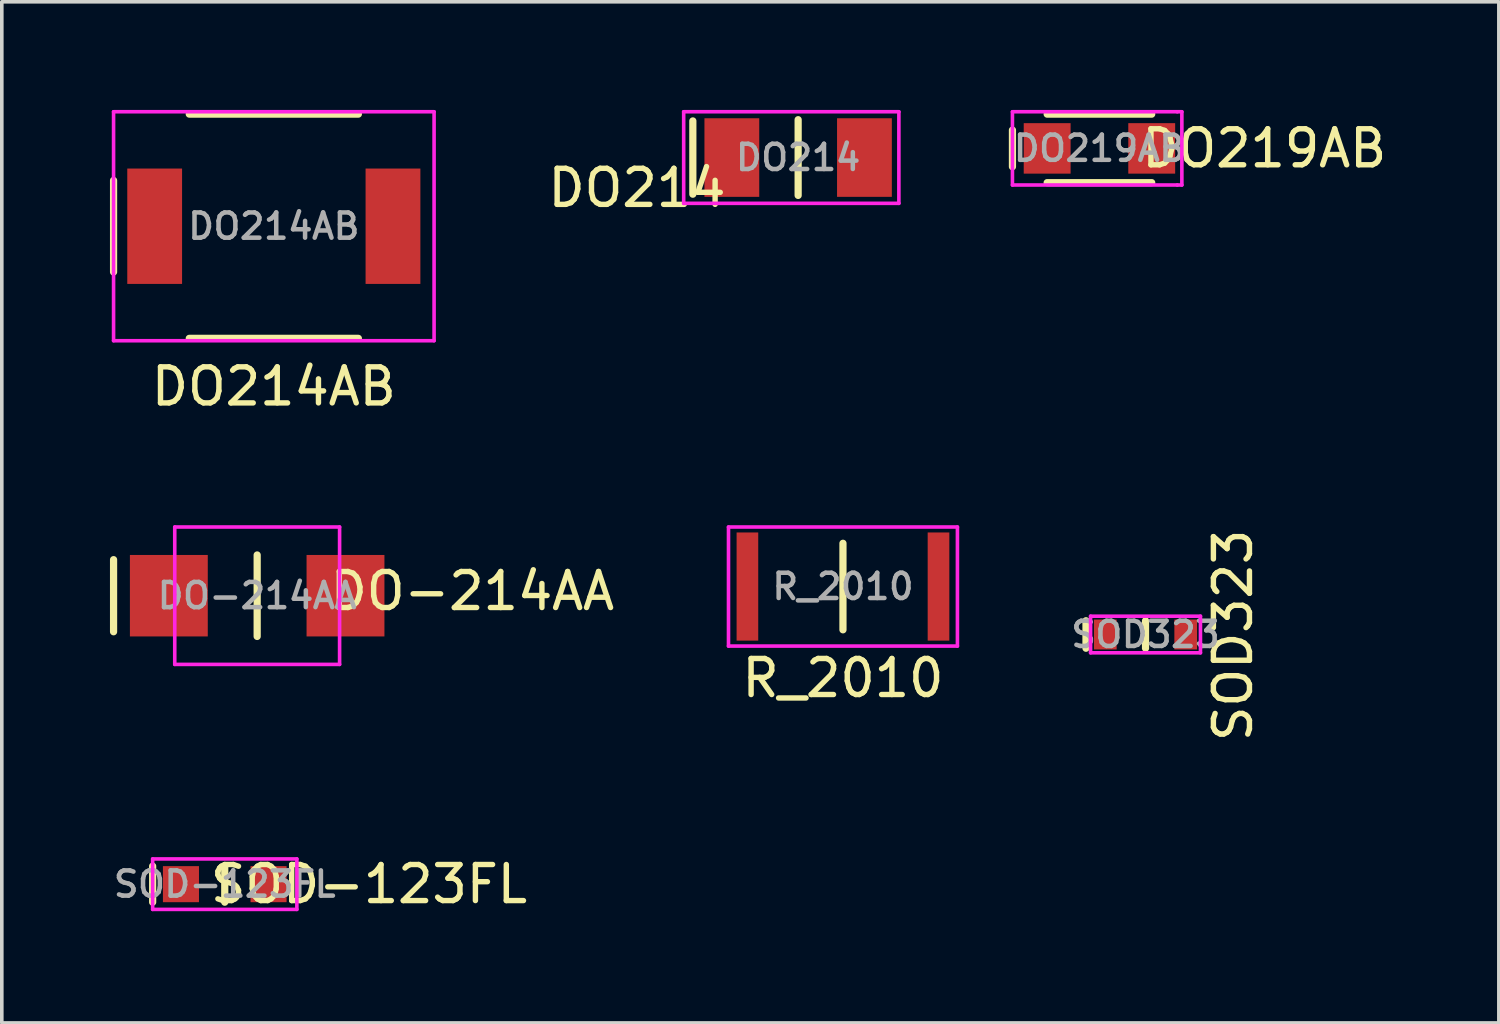
<source format=kicad_pcb>
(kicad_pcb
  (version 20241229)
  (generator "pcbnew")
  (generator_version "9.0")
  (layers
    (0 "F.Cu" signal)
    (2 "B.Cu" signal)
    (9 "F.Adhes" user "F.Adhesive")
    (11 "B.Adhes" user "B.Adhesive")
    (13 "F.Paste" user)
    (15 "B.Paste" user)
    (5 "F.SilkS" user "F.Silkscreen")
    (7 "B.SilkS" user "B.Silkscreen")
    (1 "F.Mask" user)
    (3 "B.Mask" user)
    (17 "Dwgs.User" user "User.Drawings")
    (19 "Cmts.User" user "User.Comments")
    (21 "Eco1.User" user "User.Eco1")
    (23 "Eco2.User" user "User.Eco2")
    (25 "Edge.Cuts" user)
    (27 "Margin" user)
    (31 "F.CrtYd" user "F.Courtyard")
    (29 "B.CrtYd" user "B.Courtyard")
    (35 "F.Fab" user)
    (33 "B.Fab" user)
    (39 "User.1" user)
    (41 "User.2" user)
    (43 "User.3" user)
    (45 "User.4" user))
  (footprint "DO214"
    (placed yes)
    (layer "F.Cu")
    (at 19.088 1.32)
    (property "Reference" "DO214" (at -4.47 0.843 0) (layer "F.SilkS") (effects (font (size 1 1) (thickness 0.15))))
    (attr through_hole)
    (fp_line (start -2.921 -1.016) (end -2.921 1.016) (stroke (width 0.2) (type solid)) (layer "F.SilkS"))
    (fp_line (start 0 -1.05) (end 0 1.05) (stroke (width 0.2) (type solid)) (layer "F.SilkS"))
    (fp_line (start -3.175 -1.27) (end 2.794 -1.27) (stroke (width 0.1) (type solid)) (layer "F.CrtYd"))
    (fp_line (start -3.175 1.27) (end -3.175 -1.27) (stroke (width 0.1) (type solid)) (layer "F.CrtYd"))
    (fp_line (start 2.794 -1.27) (end 2.794 1.27) (stroke (width 0.1) (type solid)) (layer "F.CrtYd"))
    (fp_line (start 2.794 1.27) (end -3.175 1.27) (stroke (width 0.1) (type solid)) (layer "F.CrtYd"))
    (fp_text user "${REFERENCE}" (at 0 0 0) (layer "F.Fab") (effects (font (size 0.7 0.7) (thickness 0.125))))
    (pad "1" smd rect (at -1.839 0) (size 1.52 2.18) (layers "F.Cu" "F.Mask" "F.Paste"))
    (pad "2" smd rect (at 1.839 0) (size 1.52 2.18) (layers "F.Cu" "F.Mask" "F.Paste")))
  (footprint "DO219AB"
    (layer "F.Cu")
    (at 27.445 1.066)
    (property "Reference" "DO219AB" (at 4.572 0 0) (layer "F.SilkS") (effects (font (size 1 1) (thickness 0.15))))
    (attr through_hole)
    (fp_line (start -2.413 -0.508) (end -2.413 0.508) (stroke (width 0.2) (type solid)) (layer "F.SilkS"))
    (fp_line (start -1.45 0.95) (end 1.45 0.95) (stroke (width 0.2) (type solid)) (layer "F.SilkS"))
    (fp_line (start 1.45 -0.95) (end -1.45 -0.95) (stroke (width 0.2) (type solid)) (layer "F.SilkS"))
    (fp_line (start -2.413 -1.016) (end -2.413 1.016) (stroke (width 0.1) (type solid)) (layer "F.CrtYd"))
    (fp_line (start -2.413 1.016) (end 2.159 1.016) (stroke (width 0.1) (type solid)) (layer "F.CrtYd"))
    (fp_line (start 2.159 -1.016) (end -2.413 -1.016) (stroke (width 0.1) (type solid)) (layer "F.CrtYd"))
    (fp_line (start 2.159 1.016) (end 2.286 1.016) (stroke (width 0.1) (type solid)) (layer "F.CrtYd"))
    (fp_line (start 2.286 -1.016) (end 2.159 -1.016) (stroke (width 0.1) (type solid)) (layer "F.CrtYd"))
    (fp_line (start 2.286 1.016) (end 2.286 -1.016) (stroke (width 0.1) (type solid)) (layer "F.CrtYd"))
    (fp_text user "${REFERENCE}" (at 0 0 0) (layer "F.Fab") (effects (font (size 0.7 0.7) (thickness 0.125))))
    (pad "1" smd rect (at -1.45 0) (size 1.3 1.4) (layers "F.Cu" "F.Mask" "F.Paste"))
    (pad "2" smd rect (at 1.45 0) (size 1.3 1.4) (layers "F.Cu" "F.Mask" "F.Paste")))
  (footprint "DO214AB"
    (layer "F.Cu")
    (at 4.545 3.225)
    (property "Reference" "DO214AB" (at 0 4.445 0) (layer "F.SilkS") (effects (font (size 1 1) (thickness 0.15))))
    (attr through_hole)
    (fp_line (start -4.445 -1.27) (end -4.445 1.27) (stroke (width 0.2) (type solid)) (layer "F.SilkS"))
    (fp_line (start -2.345 3.11) (end 2.345 3.11) (stroke (width 0.2) (type solid)) (layer "F.SilkS"))
    (fp_line (start 2.345 -3.11) (end -2.345 -3.11) (stroke (width 0.2) (type solid)) (layer "F.SilkS"))
    (fp_line (start -4.445 -3.175) (end 4.445 -3.175) (stroke (width 0.1) (type solid)) (layer "F.CrtYd"))
    (fp_line (start -4.445 3.175) (end -4.445 -3.175) (stroke (width 0.1) (type solid)) (layer "F.CrtYd"))
    (fp_line (start 4.445 -3.175) (end 4.445 3.175) (stroke (width 0.1) (type solid)) (layer "F.CrtYd"))
    (fp_line (start 4.445 3.175) (end -4.445 3.175) (stroke (width 0.1) (type solid)) (layer "F.CrtYd"))
    (fp_text user "${REFERENCE}" (at 0 0 0) (layer "F.Fab") (effects (font (size 0.7 0.7) (thickness 0.125))))
    (pad "1" smd rect (at -3.305 0) (size 1.52 3.2) (layers "F.Cu" "F.Mask" "F.Paste"))
    (pad "2" smd rect (at 3.305 0) (size 1.52 3.2) (layers "F.Cu" "F.Mask" "F.Paste")))
  (footprint "DO-214AA"
    (layer "F.Cu")
    (at 4.083 13.473)
    (property "Reference" "DO-214AA" (at 5.969 -0.127 0) (layer "F.SilkS") (effects (font (size 1 1) (thickness 0.15))))
    (attr through_hole)
    (fp_line (start -3.983 -1) (end -3.983 1) (stroke (width 0.2) (type solid)) (layer "F.SilkS"))
    (fp_line (start 0 -1.13) (end 0 1.13) (stroke (width 0.2) (type solid)) (layer "F.SilkS"))
    (fp_line (start -2.286 -1.905) (end 2.286 -1.905) (stroke (width 0.1) (type solid)) (layer "F.CrtYd"))
    (fp_line (start -2.286 1.905) (end -2.286 -1.905) (stroke (width 0.1) (type solid)) (layer "F.CrtYd"))
    (fp_line (start 2.286 -1.905) (end 2.286 1.905) (stroke (width 0.1) (type solid)) (layer "F.CrtYd"))
    (fp_line (start 2.286 1.905) (end -2.286 1.905) (stroke (width 0.1) (type solid)) (layer "F.CrtYd"))
    (fp_text user "${REFERENCE}" (at 0 0 0) (layer "F.Fab") (effects (font (size 0.7 0.7) (thickness 0.125))))
    (pad "1" smd rect (at -2.45 0) (size 2.16 2.26) (layers "F.Cu" "F.Mask" "F.Paste"))
    (pad "2" smd rect (at 2.45 0) (size 2.16 2.26) (layers "F.Cu" "F.Mask" "F.Paste")))
  (footprint "SOD-123FL"
    (layer "F.Cu")
    (at 3.184 21.474)
    (property "Reference" "SOD-123FL" (at 4 0 0) (layer "F.SilkS") (effects (font (size 1 1) (thickness 0.15))))
    (attr through_hole)
    (fp_line (start -2 -0.5) (end -2 0.5) (stroke (width 0.2) (type solid)) (layer "F.SilkS"))
    (fp_line (start 0 -0.5) (end 0 0.5) (stroke (width 0.2) (type solid)) (layer "F.SilkS"))
    (fp_line (start -2 -0.7) (end 2 -0.7) (stroke (width 0.1) (type solid)) (layer "F.CrtYd"))
    (fp_line (start -2 0.7) (end -2 -0.7) (stroke (width 0.1) (type solid)) (layer "F.CrtYd"))
    (fp_line (start 2 -0.7) (end 2 0.7) (stroke (width 0.1) (type solid)) (layer "F.CrtYd"))
    (fp_line (start 2 0.7) (end -2 0.7) (stroke (width 0.1) (type solid)) (layer "F.CrtYd"))
    (fp_text user "${REFERENCE}" (at 0 0 0) (layer "F.Fab") (effects (font (size 0.7 0.7) (thickness 0.125))))
    (pad "1" smd rect (at -1.215 0) (size 1 1) (layers "F.Cu" "F.Mask" "F.Paste"))
    (pad "2" smd rect (at 1.215 0) (size 1 1) (layers "F.Cu" "F.Mask" "F.Paste")))
  (footprint "SOD323"
    (layer "F.Cu")
    (at 28.723 14.549)
    (property "Reference" "SOD323" (at 2.428 0.023 90) (layer "F.SilkS") (effects (font (size 1 1) (thickness 0.15))))
    (attr through_hole)
    (fp_line (start -1.651 -0.381) (end -1.651 0.381) (stroke (width 0.2) (type solid)) (layer "F.SilkS"))
    (fp_line (start 0 -0.381) (end 0 0.381) (stroke (width 0.2) (type solid)) (layer "F.SilkS"))
    (fp_line (start -1.524 -0.508) (end 1.524 -0.508) (stroke (width 0.1) (type solid)) (layer "F.CrtYd"))
    (fp_line (start -1.524 0.508) (end -1.524 -0.508) (stroke (width 0.1) (type solid)) (layer "F.CrtYd"))
    (fp_line (start 1.524 -0.508) (end 1.524 0.508) (stroke (width 0.1) (type solid)) (layer "F.CrtYd"))
    (fp_line (start 1.524 0.508) (end -1.524 0.508) (stroke (width 0.1) (type solid)) (layer "F.CrtYd"))
    (fp_text user "${REFERENCE}" (at 0 0 0) (layer "F.Fab") (effects (font (size 0.7 0.7) (thickness 0.125))))
    (pad "1" smd rect (at -1.115 0) (size 0.63 0.83) (layers "F.Cu" "F.Mask" "F.Paste"))
    (pad "2" smd rect (at 1.115 0) (size 0.63 0.83) (layers "F.Cu" "F.Mask" "F.Paste")))
  (footprint "R_2010"
    (layer "F.Cu")
    (at 20.331 13.219)
    (property "Reference" "R_2010" (at 0 2.54 0) (layer "F.SilkS") (effects (font (size 1 1) (thickness 0.15))))
    (attr through_hole)
    (fp_line (start 0 -1.2) (end 0 1.2) (stroke (width 0.2) (type solid)) (layer "F.SilkS"))
    (fp_line (start -3.175 -1.651) (end 3.175 -1.651) (stroke (width 0.1) (type solid)) (layer "F.CrtYd"))
    (fp_line (start -3.175 1.651) (end -3.175 -1.651) (stroke (width 0.1) (type solid)) (layer "F.CrtYd"))
    (fp_line (start 3.175 -1.651) (end 3.175 1.651) (stroke (width 0.1) (type solid)) (layer "F.CrtYd"))
    (fp_line (start 3.175 1.651) (end -3.175 1.651) (stroke (width 0.1) (type solid)) (layer "F.CrtYd"))
    (fp_text user "${REFERENCE}" (at 0 0 0) (layer "F.Fab") (effects (font (size 0.7 0.7) (thickness 0.125))))
    (pad "1" smd rect (at -2.65 0) (size 0.6 3) (layers "F.Cu" "F.Mask" "F.Paste"))
    (pad "2" smd rect (at 2.65 0) (size 0.6 3) (layers "F.Cu" "F.Mask" "F.Paste")))
  (gr_rect
    (start -3 -3)
    (end 38.523 25.322)
    (stroke (width 0.1) (type default))
    (fill no)
    (layer "Edge.Cuts")))
</source>
